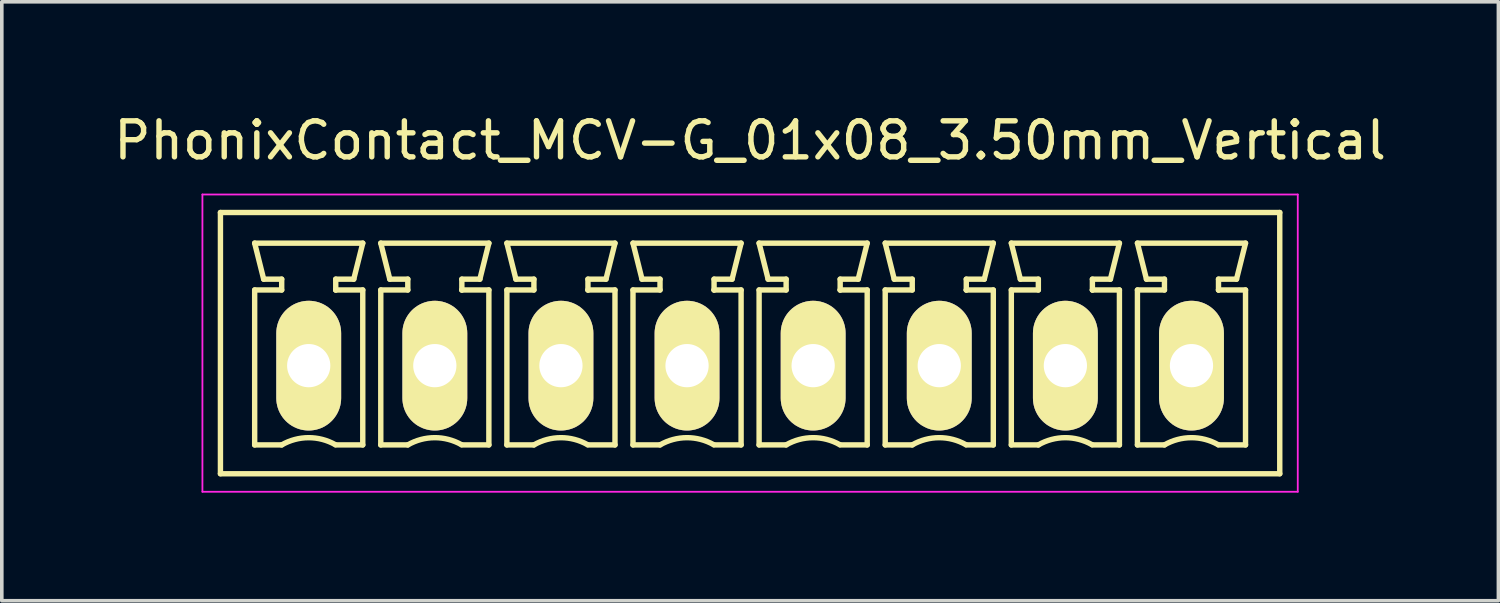
<source format=kicad_pcb>
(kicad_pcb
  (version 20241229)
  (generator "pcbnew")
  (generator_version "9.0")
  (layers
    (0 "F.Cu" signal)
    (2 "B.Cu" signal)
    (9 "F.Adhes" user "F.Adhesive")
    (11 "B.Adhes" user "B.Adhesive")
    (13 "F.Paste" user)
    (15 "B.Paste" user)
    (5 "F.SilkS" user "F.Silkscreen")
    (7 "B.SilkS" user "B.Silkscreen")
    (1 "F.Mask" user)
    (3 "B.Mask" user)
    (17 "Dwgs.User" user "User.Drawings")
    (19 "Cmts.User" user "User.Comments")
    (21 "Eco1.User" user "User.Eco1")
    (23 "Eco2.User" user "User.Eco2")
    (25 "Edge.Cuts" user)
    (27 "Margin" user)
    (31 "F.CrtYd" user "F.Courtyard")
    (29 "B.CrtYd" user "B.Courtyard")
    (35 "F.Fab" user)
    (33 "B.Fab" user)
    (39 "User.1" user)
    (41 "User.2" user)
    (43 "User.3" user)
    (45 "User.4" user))
  (footprint "PhonixContact_MCV-G_01x08_3.50mm_Vertical"
    (layer "F.Cu")
    (at 5.518 7.098)
    (property "Reference" "PhonixContact_MCV-G_01x08_3.50mm_Vertical" (at 12.25 -6.25 0) (layer "F.SilkS") (effects (font (size 1 1) (thickness 0.15))))
    (attr through_hole)
    (fp_line (start -2.45 -4.25) (end -2.45 3) (stroke (width 0.15) (type solid)) (layer "F.SilkS"))
    (fp_line (start -2.45 3) (end 26.95 3) (stroke (width 0.15) (type solid)) (layer "F.SilkS"))
    (fp_line (start -1.5 -3.4) (end 1.5 -3.4) (stroke (width 0.15) (type solid)) (layer "F.SilkS"))
    (fp_line (start -1.5 -2.1) (end -0.75 -2.1) (stroke (width 0.15) (type solid)) (layer "F.SilkS"))
    (fp_line (start -1.5 2.2) (end -1.5 -2.1) (stroke (width 0.15) (type solid)) (layer "F.SilkS"))
    (fp_line (start -1.25 -2.4) (end -1.5 -3.4) (stroke (width 0.15) (type solid)) (layer "F.SilkS"))
    (fp_line (start -0.75 -2.4) (end -1.25 -2.4) (stroke (width 0.15) (type solid)) (layer "F.SilkS"))
    (fp_line (start -0.75 -2.1) (end -0.75 -2.4) (stroke (width 0.15) (type solid)) (layer "F.SilkS"))
    (fp_line (start -0.75 2.2) (end -1.5 2.2) (stroke (width 0.15) (type solid)) (layer "F.SilkS"))
    (fp_line (start 0.75 -2.4) (end 0.75 -2.1) (stroke (width 0.15) (type solid)) (layer "F.SilkS"))
    (fp_line (start 0.75 -2.1) (end 0.75 -2.1) (stroke (width 0.15) (type solid)) (layer "F.SilkS"))
    (fp_line (start 0.75 -2.1) (end 1.5 -2.1) (stroke (width 0.15) (type solid)) (layer "F.SilkS"))
    (fp_line (start 1.25 -2.4) (end 0.75 -2.4) (stroke (width 0.15) (type solid)) (layer "F.SilkS"))
    (fp_line (start 1.5 -3.4) (end 1.25 -2.4) (stroke (width 0.15) (type solid)) (layer "F.SilkS"))
    (fp_line (start 1.5 -2.1) (end 1.5 2.2) (stroke (width 0.15) (type solid)) (layer "F.SilkS"))
    (fp_line (start 1.5 2.2) (end 0.75 2.2) (stroke (width 0.15) (type solid)) (layer "F.SilkS"))
    (fp_line (start 2 -3.4) (end 5 -3.4) (stroke (width 0.15) (type solid)) (layer "F.SilkS"))
    (fp_line (start 2 -2.1) (end 2.75 -2.1) (stroke (width 0.15) (type solid)) (layer "F.SilkS"))
    (fp_line (start 2 2.2) (end 2 -2.1) (stroke (width 0.15) (type solid)) (layer "F.SilkS"))
    (fp_line (start 2.25 -2.4) (end 2 -3.4) (stroke (width 0.15) (type solid)) (layer "F.SilkS"))
    (fp_line (start 2.75 -2.4) (end 2.25 -2.4) (stroke (width 0.15) (type solid)) (layer "F.SilkS"))
    (fp_line (start 2.75 -2.1) (end 2.75 -2.4) (stroke (width 0.15) (type solid)) (layer "F.SilkS"))
    (fp_line (start 2.75 2.2) (end 2 2.2) (stroke (width 0.15) (type solid)) (layer "F.SilkS"))
    (fp_line (start 4.25 -2.4) (end 4.25 -2.1) (stroke (width 0.15) (type solid)) (layer "F.SilkS"))
    (fp_line (start 4.25 -2.1) (end 4.25 -2.1) (stroke (width 0.15) (type solid)) (layer "F.SilkS"))
    (fp_line (start 4.25 -2.1) (end 5 -2.1) (stroke (width 0.15) (type solid)) (layer "F.SilkS"))
    (fp_line (start 4.75 -2.4) (end 4.25 -2.4) (stroke (width 0.15) (type solid)) (layer "F.SilkS"))
    (fp_line (start 5 -3.4) (end 4.75 -2.4) (stroke (width 0.15) (type solid)) (layer "F.SilkS"))
    (fp_line (start 5 -2.1) (end 5 2.2) (stroke (width 0.15) (type solid)) (layer "F.SilkS"))
    (fp_line (start 5 2.2) (end 4.25 2.2) (stroke (width 0.15) (type solid)) (layer "F.SilkS"))
    (fp_line (start 5.5 -3.4) (end 8.5 -3.4) (stroke (width 0.15) (type solid)) (layer "F.SilkS"))
    (fp_line (start 5.5 -2.1) (end 6.25 -2.1) (stroke (width 0.15) (type solid)) (layer "F.SilkS"))
    (fp_line (start 5.5 2.2) (end 5.5 -2.1) (stroke (width 0.15) (type solid)) (layer "F.SilkS"))
    (fp_line (start 5.75 -2.4) (end 5.5 -3.4) (stroke (width 0.15) (type solid)) (layer "F.SilkS"))
    (fp_line (start 6.25 -2.4) (end 5.75 -2.4) (stroke (width 0.15) (type solid)) (layer "F.SilkS"))
    (fp_line (start 6.25 -2.1) (end 6.25 -2.4) (stroke (width 0.15) (type solid)) (layer "F.SilkS"))
    (fp_line (start 6.25 2.2) (end 5.5 2.2) (stroke (width 0.15) (type solid)) (layer "F.SilkS"))
    (fp_line (start 7.75 -2.4) (end 7.75 -2.1) (stroke (width 0.15) (type solid)) (layer "F.SilkS"))
    (fp_line (start 7.75 -2.1) (end 7.75 -2.1) (stroke (width 0.15) (type solid)) (layer "F.SilkS"))
    (fp_line (start 7.75 -2.1) (end 8.5 -2.1) (stroke (width 0.15) (type solid)) (layer "F.SilkS"))
    (fp_line (start 8.25 -2.4) (end 7.75 -2.4) (stroke (width 0.15) (type solid)) (layer "F.SilkS"))
    (fp_line (start 8.5 -3.4) (end 8.25 -2.4) (stroke (width 0.15) (type solid)) (layer "F.SilkS"))
    (fp_line (start 8.5 -2.1) (end 8.5 2.2) (stroke (width 0.15) (type solid)) (layer "F.SilkS"))
    (fp_line (start 8.5 2.2) (end 7.75 2.2) (stroke (width 0.15) (type solid)) (layer "F.SilkS"))
    (fp_line (start 9 -3.4) (end 12 -3.4) (stroke (width 0.15) (type solid)) (layer "F.SilkS"))
    (fp_line (start 9 -2.1) (end 9.75 -2.1) (stroke (width 0.15) (type solid)) (layer "F.SilkS"))
    (fp_line (start 9 2.2) (end 9 -2.1) (stroke (width 0.15) (type solid)) (layer "F.SilkS"))
    (fp_line (start 9.25 -2.4) (end 9 -3.4) (stroke (width 0.15) (type solid)) (layer "F.SilkS"))
    (fp_line (start 9.75 -2.4) (end 9.25 -2.4) (stroke (width 0.15) (type solid)) (layer "F.SilkS"))
    (fp_line (start 9.75 -2.1) (end 9.75 -2.4) (stroke (width 0.15) (type solid)) (layer "F.SilkS"))
    (fp_line (start 9.75 2.2) (end 9 2.2) (stroke (width 0.15) (type solid)) (layer "F.SilkS"))
    (fp_line (start 11.25 -2.4) (end 11.25 -2.1) (stroke (width 0.15) (type solid)) (layer "F.SilkS"))
    (fp_line (start 11.25 -2.1) (end 11.25 -2.1) (stroke (width 0.15) (type solid)) (layer "F.SilkS"))
    (fp_line (start 11.25 -2.1) (end 12 -2.1) (stroke (width 0.15) (type solid)) (layer "F.SilkS"))
    (fp_line (start 11.75 -2.4) (end 11.25 -2.4) (stroke (width 0.15) (type solid)) (layer "F.SilkS"))
    (fp_line (start 12 -3.4) (end 11.75 -2.4) (stroke (width 0.15) (type solid)) (layer "F.SilkS"))
    (fp_line (start 12 -2.1) (end 12 2.2) (stroke (width 0.15) (type solid)) (layer "F.SilkS"))
    (fp_line (start 12 2.2) (end 11.25 2.2) (stroke (width 0.15) (type solid)) (layer "F.SilkS"))
    (fp_line (start 12.5 -3.4) (end 15.5 -3.4) (stroke (width 0.15) (type solid)) (layer "F.SilkS"))
    (fp_line (start 12.5 -2.1) (end 13.25 -2.1) (stroke (width 0.15) (type solid)) (layer "F.SilkS"))
    (fp_line (start 12.5 2.2) (end 12.5 -2.1) (stroke (width 0.15) (type solid)) (layer "F.SilkS"))
    (fp_line (start 12.75 -2.4) (end 12.5 -3.4) (stroke (width 0.15) (type solid)) (layer "F.SilkS"))
    (fp_line (start 13.25 -2.4) (end 12.75 -2.4) (stroke (width 0.15) (type solid)) (layer "F.SilkS"))
    (fp_line (start 13.25 -2.1) (end 13.25 -2.4) (stroke (width 0.15) (type solid)) (layer "F.SilkS"))
    (fp_line (start 13.25 2.2) (end 12.5 2.2) (stroke (width 0.15) (type solid)) (layer "F.SilkS"))
    (fp_line (start 14.75 -2.4) (end 14.75 -2.1) (stroke (width 0.15) (type solid)) (layer "F.SilkS"))
    (fp_line (start 14.75 -2.1) (end 14.75 -2.1) (stroke (width 0.15) (type solid)) (layer "F.SilkS"))
    (fp_line (start 14.75 -2.1) (end 15.5 -2.1) (stroke (width 0.15) (type solid)) (layer "F.SilkS"))
    (fp_line (start 15.25 -2.4) (end 14.75 -2.4) (stroke (width 0.15) (type solid)) (layer "F.SilkS"))
    (fp_line (start 15.5 -3.4) (end 15.25 -2.4) (stroke (width 0.15) (type solid)) (layer "F.SilkS"))
    (fp_line (start 15.5 -2.1) (end 15.5 2.2) (stroke (width 0.15) (type solid)) (layer "F.SilkS"))
    (fp_line (start 15.5 2.2) (end 14.75 2.2) (stroke (width 0.15) (type solid)) (layer "F.SilkS"))
    (fp_line (start 16 -3.4) (end 19 -3.4) (stroke (width 0.15) (type solid)) (layer "F.SilkS"))
    (fp_line (start 16 -2.1) (end 16.75 -2.1) (stroke (width 0.15) (type solid)) (layer "F.SilkS"))
    (fp_line (start 16 2.2) (end 16 -2.1) (stroke (width 0.15) (type solid)) (layer "F.SilkS"))
    (fp_line (start 16.25 -2.4) (end 16 -3.4) (stroke (width 0.15) (type solid)) (layer "F.SilkS"))
    (fp_line (start 16.75 -2.4) (end 16.25 -2.4) (stroke (width 0.15) (type solid)) (layer "F.SilkS"))
    (fp_line (start 16.75 -2.1) (end 16.75 -2.4) (stroke (width 0.15) (type solid)) (layer "F.SilkS"))
    (fp_line (start 16.75 2.2) (end 16 2.2) (stroke (width 0.15) (type solid)) (layer "F.SilkS"))
    (fp_line (start 18.25 -2.4) (end 18.25 -2.1) (stroke (width 0.15) (type solid)) (layer "F.SilkS"))
    (fp_line (start 18.25 -2.1) (end 18.25 -2.1) (stroke (width 0.15) (type solid)) (layer "F.SilkS"))
    (fp_line (start 18.25 -2.1) (end 19 -2.1) (stroke (width 0.15) (type solid)) (layer "F.SilkS"))
    (fp_line (start 18.75 -2.4) (end 18.25 -2.4) (stroke (width 0.15) (type solid)) (layer "F.SilkS"))
    (fp_line (start 19 -3.4) (end 18.75 -2.4) (stroke (width 0.15) (type solid)) (layer "F.SilkS"))
    (fp_line (start 19 -2.1) (end 19 2.2) (stroke (width 0.15) (type solid)) (layer "F.SilkS"))
    (fp_line (start 19 2.2) (end 18.25 2.2) (stroke (width 0.15) (type solid)) (layer "F.SilkS"))
    (fp_line (start 19.5 -3.4) (end 22.5 -3.4) (stroke (width 0.15) (type solid)) (layer "F.SilkS"))
    (fp_line (start 19.5 -2.1) (end 20.25 -2.1) (stroke (width 0.15) (type solid)) (layer "F.SilkS"))
    (fp_line (start 19.5 2.2) (end 19.5 -2.1) (stroke (width 0.15) (type solid)) (layer "F.SilkS"))
    (fp_line (start 19.75 -2.4) (end 19.5 -3.4) (stroke (width 0.15) (type solid)) (layer "F.SilkS"))
    (fp_line (start 20.25 -2.4) (end 19.75 -2.4) (stroke (width 0.15) (type solid)) (layer "F.SilkS"))
    (fp_line (start 20.25 -2.1) (end 20.25 -2.4) (stroke (width 0.15) (type solid)) (layer "F.SilkS"))
    (fp_line (start 20.25 2.2) (end 19.5 2.2) (stroke (width 0.15) (type solid)) (layer "F.SilkS"))
    (fp_line (start 21.75 -2.4) (end 21.75 -2.1) (stroke (width 0.15) (type solid)) (layer "F.SilkS"))
    (fp_line (start 21.75 -2.1) (end 21.75 -2.1) (stroke (width 0.15) (type solid)) (layer "F.SilkS"))
    (fp_line (start 21.75 -2.1) (end 22.5 -2.1) (stroke (width 0.15) (type solid)) (layer "F.SilkS"))
    (fp_line (start 22.25 -2.4) (end 21.75 -2.4) (stroke (width 0.15) (type solid)) (layer "F.SilkS"))
    (fp_line (start 22.5 -3.4) (end 22.25 -2.4) (stroke (width 0.15) (type solid)) (layer "F.SilkS"))
    (fp_line (start 22.5 -2.1) (end 22.5 2.2) (stroke (width 0.15) (type solid)) (layer "F.SilkS"))
    (fp_line (start 22.5 2.2) (end 21.75 2.2) (stroke (width 0.15) (type solid)) (layer "F.SilkS"))
    (fp_line (start 23 -3.4) (end 26 -3.4) (stroke (width 0.15) (type solid)) (layer "F.SilkS"))
    (fp_line (start 23 -2.1) (end 23.75 -2.1) (stroke (width 0.15) (type solid)) (layer "F.SilkS"))
    (fp_line (start 23 2.2) (end 23 -2.1) (stroke (width 0.15) (type solid)) (layer "F.SilkS"))
    (fp_line (start 23.25 -2.4) (end 23 -3.4) (stroke (width 0.15) (type solid)) (layer "F.SilkS"))
    (fp_line (start 23.75 -2.4) (end 23.25 -2.4) (stroke (width 0.15) (type solid)) (layer "F.SilkS"))
    (fp_line (start 23.75 -2.1) (end 23.75 -2.4) (stroke (width 0.15) (type solid)) (layer "F.SilkS"))
    (fp_line (start 23.75 2.2) (end 23 2.2) (stroke (width 0.15) (type solid)) (layer "F.SilkS"))
    (fp_line (start 25.25 -2.4) (end 25.25 -2.1) (stroke (width 0.15) (type solid)) (layer "F.SilkS"))
    (fp_line (start 25.25 -2.1) (end 25.25 -2.1) (stroke (width 0.15) (type solid)) (layer "F.SilkS"))
    (fp_line (start 25.25 -2.1) (end 26 -2.1) (stroke (width 0.15) (type solid)) (layer "F.SilkS"))
    (fp_line (start 25.75 -2.4) (end 25.25 -2.4) (stroke (width 0.15) (type solid)) (layer "F.SilkS"))
    (fp_line (start 26 -3.4) (end 25.75 -2.4) (stroke (width 0.15) (type solid)) (layer "F.SilkS"))
    (fp_line (start 26 -2.1) (end 26 2.2) (stroke (width 0.15) (type solid)) (layer "F.SilkS"))
    (fp_line (start 26 2.2) (end 25.25 2.2) (stroke (width 0.15) (type solid)) (layer "F.SilkS"))
    (fp_line (start 26.95 -4.25) (end -2.45 -4.25) (stroke (width 0.15) (type solid)) (layer "F.SilkS"))
    (fp_line (start 26.95 3) (end 26.95 -4.25) (stroke (width 0.15) (type solid)) (layer "F.SilkS"))
    (fp_arc (start -0.75 2.2) (mid -0.006068 1.999179) (end 0.739464 2.193978) (stroke (width 0.15) (type solid)) (layer "F.SilkS"))
    (fp_arc (start 2.75 2.2) (mid 3.493932 1.999179) (end 4.239464 2.193978) (stroke (width 0.15) (type solid)) (layer "F.SilkS"))
    (fp_arc (start 6.25 2.2) (mid 6.993932 1.999179) (end 7.739464 2.193978) (stroke (width 0.15) (type solid)) (layer "F.SilkS"))
    (fp_arc (start 9.75 2.2) (mid 10.493932 1.999179) (end 11.239464 2.193978) (stroke (width 0.15) (type solid)) (layer "F.SilkS"))
    (fp_arc (start 13.25 2.2) (mid 13.993932 1.999179) (end 14.739464 2.193978) (stroke (width 0.15) (type solid)) (layer "F.SilkS"))
    (fp_arc (start 16.75 2.2) (mid 17.493932 1.999179) (end 18.239464 2.193978) (stroke (width 0.15) (type solid)) (layer "F.SilkS"))
    (fp_arc (start 20.25 2.2) (mid 20.993932 1.999179) (end 21.739464 2.193978) (stroke (width 0.15) (type solid)) (layer "F.SilkS"))
    (fp_arc (start 23.75 2.2) (mid 24.493932 1.999179) (end 25.239464 2.193978) (stroke (width 0.15) (type solid)) (layer "F.SilkS"))
    (fp_line (start -2.95 -4.75) (end -2.95 3.5) (stroke (width 0.05) (type solid)) (layer "F.CrtYd"))
    (fp_line (start -2.95 3.5) (end 27.45 3.5) (stroke (width 0.05) (type solid)) (layer "F.CrtYd"))
    (fp_line (start 27.45 -4.75) (end -2.95 -4.75) (stroke (width 0.05) (type solid)) (layer "F.CrtYd"))
    (fp_line (start 27.45 3.5) (end 27.45 -4.75) (stroke (width 0.05) (type solid)) (layer "F.CrtYd"))
    (pad "1" thru_hole oval (at 0 0) (size 1.8 3.6) (drill 1.2) (layers "*.Cu" "*.Mask" "F.SilkS"))
    (pad "2" thru_hole oval (at 3.5 0) (size 1.8 3.6) (drill 1.2) (layers "*.Cu" "*.Mask" "F.SilkS"))
    (pad "3" thru_hole oval (at 7 0) (size 1.8 3.6) (drill 1.2) (layers "*.Cu" "*.Mask" "F.SilkS"))
    (pad "4" thru_hole oval (at 10.5 0) (size 1.8 3.6) (drill 1.2) (layers "*.Cu" "*.Mask" "F.SilkS"))
    (pad "5" thru_hole oval (at 14 0) (size 1.8 3.6) (drill 1.2) (layers "*.Cu" "*.Mask" "F.SilkS"))
    (pad "6" thru_hole oval (at 17.5 0) (size 1.8 3.6) (drill 1.2) (layers "*.Cu" "*.Mask" "F.SilkS"))
    (pad "7" thru_hole oval (at 21 0) (size 1.8 3.6) (drill 1.2) (layers "*.Cu" "*.Mask" "F.SilkS"))
    (pad "8" thru_hole oval (at 24.5 0) (size 1.8 3.6) (drill 1.2) (layers "*.Cu" "*.Mask" "F.SilkS")))
  (gr_rect
    (start -3 -3)
    (end 38.536 13.623)
    (stroke (width 0.1) (type default))
    (fill no)
    (layer "Edge.Cuts")))
</source>
